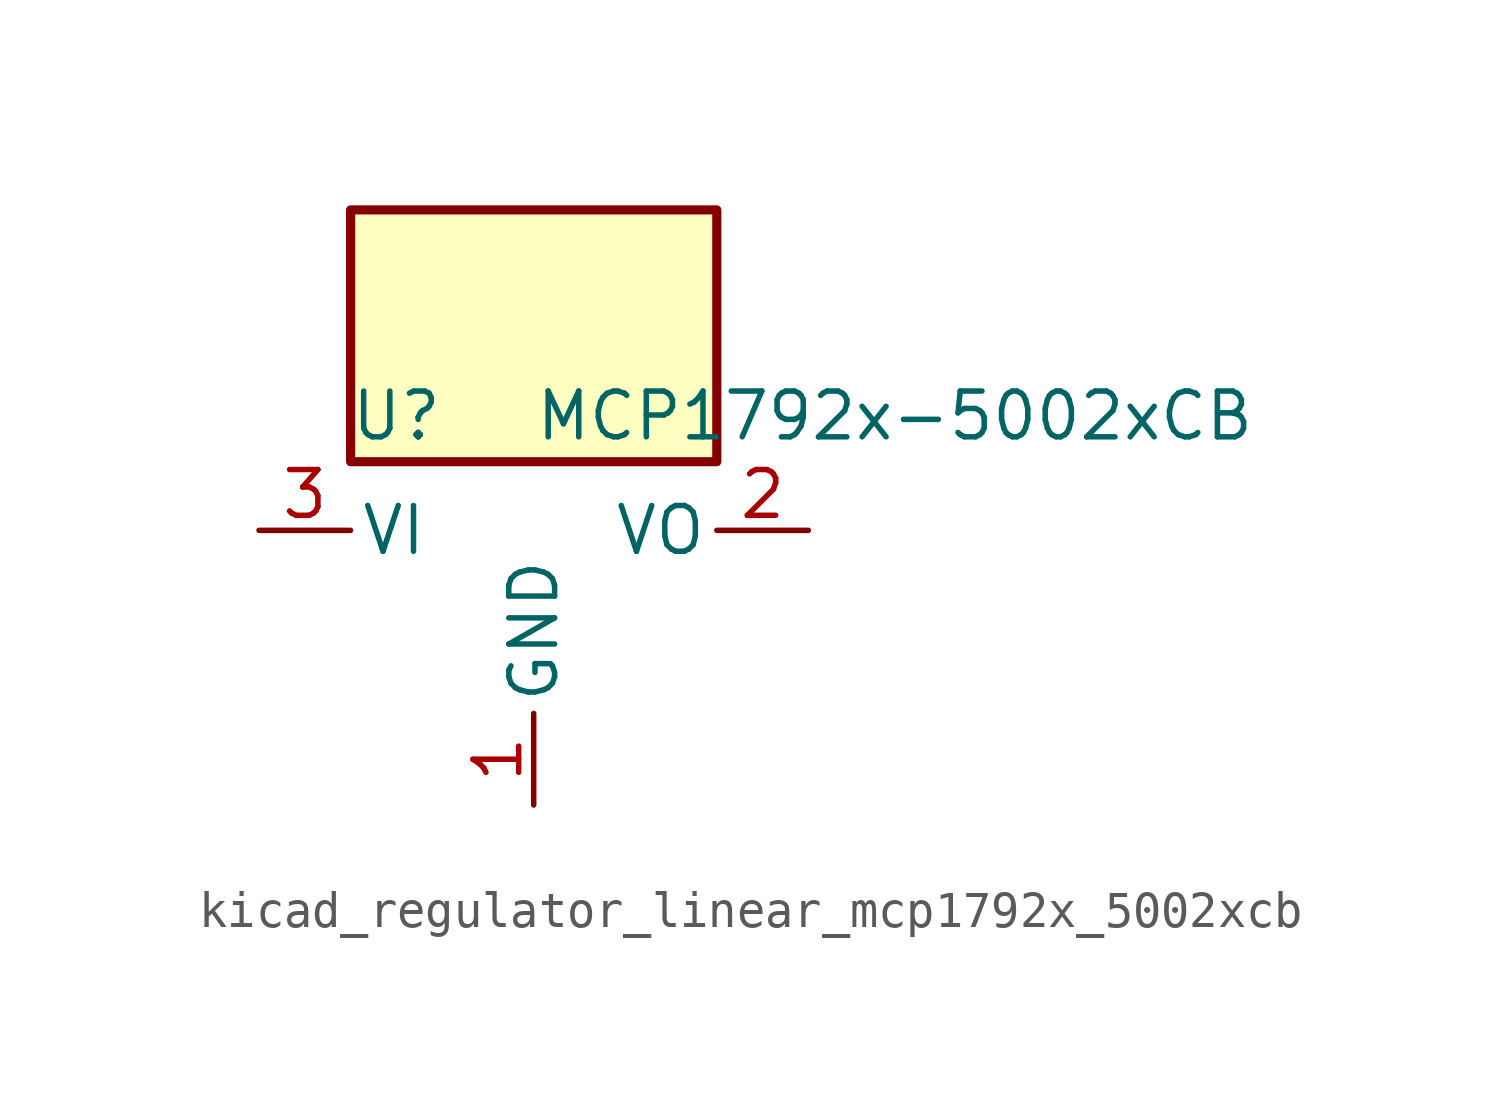
<source format=kicad_sym>
(kicad_symbol_lib
  (version 20220914)
  (generator kicad_symbol_editor)
  (symbol "kicad_regulator_linear_mcp1792x_5002xcb"
    (pin_names
      (offset 0.254))
    (property "Reference" "U"
      (at -3.81 3.175 0)
      (effects (font (size 1.27 1.27))))
    (property "Value" "MCP1792x-5002xCB"
      (at 0 3.175 0)
      (effects (font (size 1.27 1.27)) (justify left)))
    (symbol "kicad_regulator_linear_mcp1792x_5002xcb_0_1"
      (rectangle (start 5.08 8.89) (end -5.08 1.905) (stroke (width 0.254) (type default)) (fill (type background))))
    (symbol "kicad_regulator_linear_mcp1792x_5002xcb_1_1"
      (pin power_in line (at 0 -7.62 90) (length 2.54) (name "GND" (effects (font (size 1.27 1.27)))) (number "1" (effects (font (size 1.27 1.27)))))
      (pin power_out line (at 7.62 0 180) (length 2.54) (name "VO" (effects (font (size 1.27 1.27)))) (number "2" (effects (font (size 1.27 1.27)))))
      (pin power_in line (at -7.62 0 0) (length 2.54) (name "VI" (effects (font (size 1.27 1.27)))) (number "3" (effects (font (size 1.27 1.27))))))))
</source>
